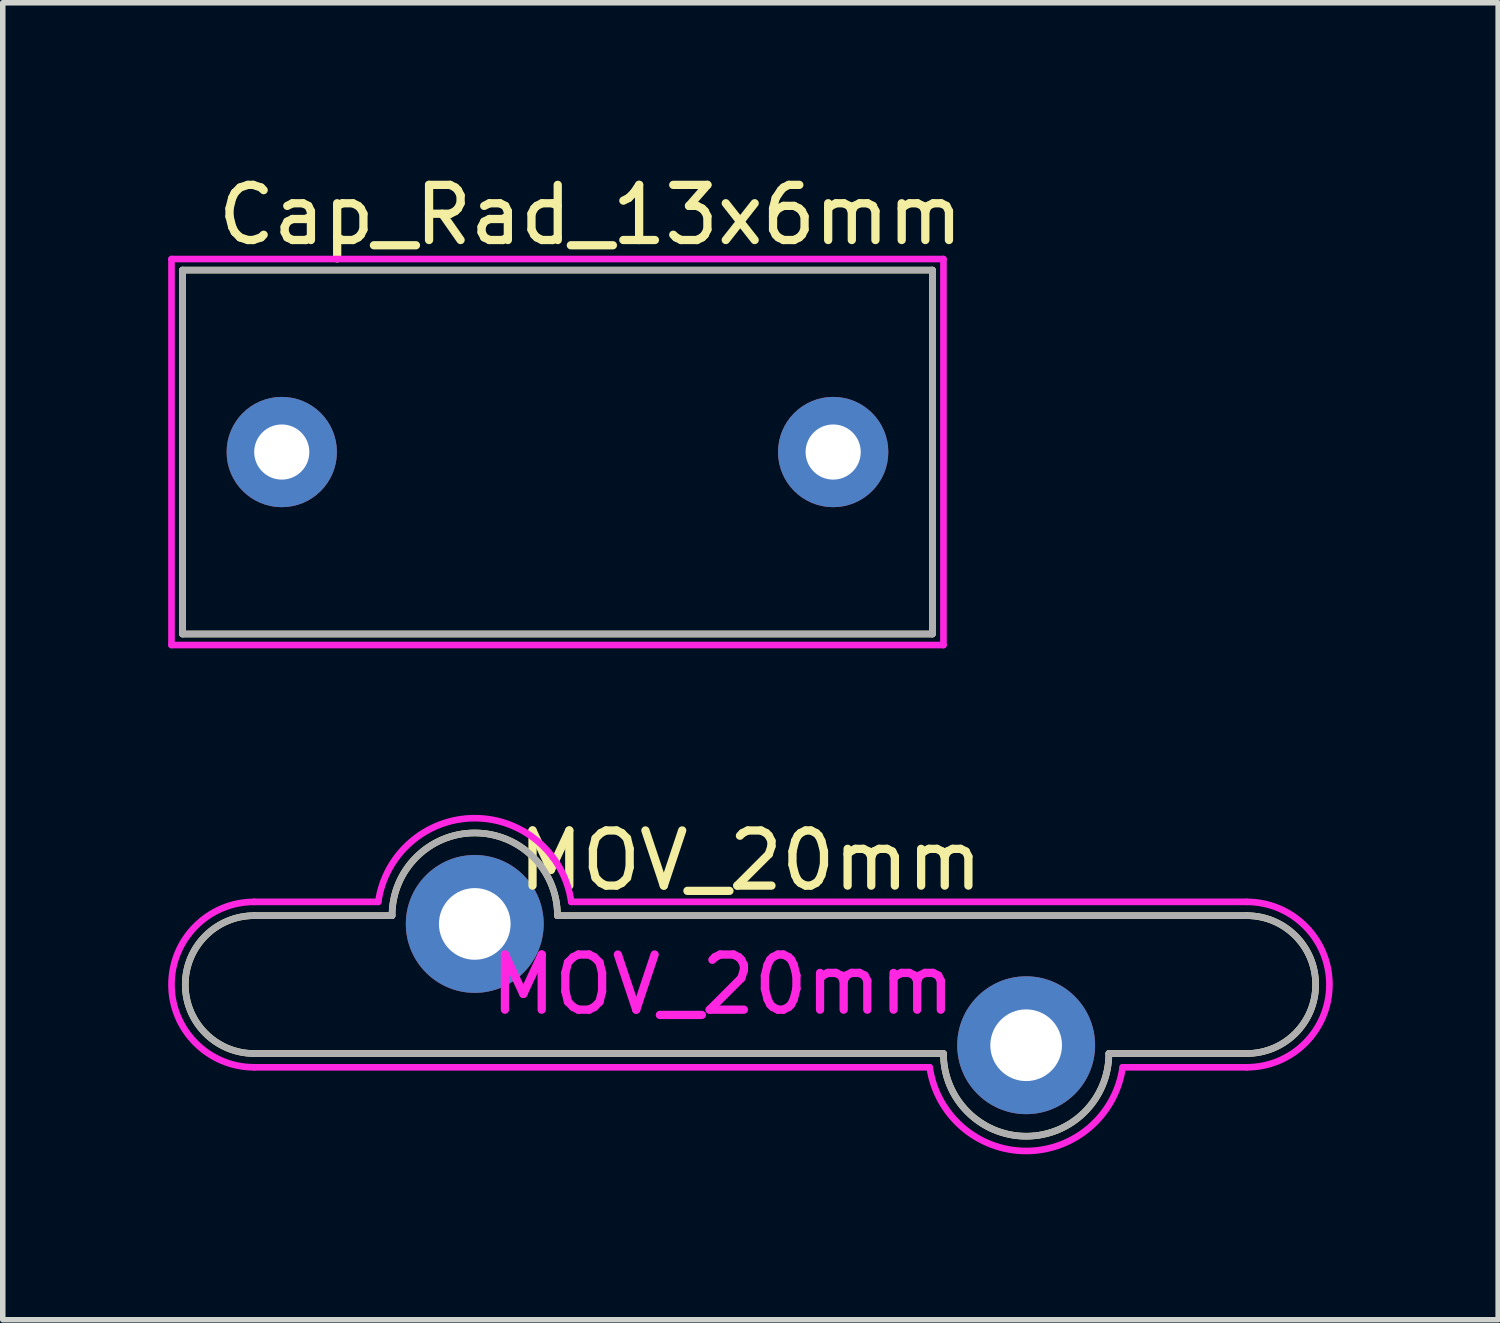
<source format=kicad_pcb>
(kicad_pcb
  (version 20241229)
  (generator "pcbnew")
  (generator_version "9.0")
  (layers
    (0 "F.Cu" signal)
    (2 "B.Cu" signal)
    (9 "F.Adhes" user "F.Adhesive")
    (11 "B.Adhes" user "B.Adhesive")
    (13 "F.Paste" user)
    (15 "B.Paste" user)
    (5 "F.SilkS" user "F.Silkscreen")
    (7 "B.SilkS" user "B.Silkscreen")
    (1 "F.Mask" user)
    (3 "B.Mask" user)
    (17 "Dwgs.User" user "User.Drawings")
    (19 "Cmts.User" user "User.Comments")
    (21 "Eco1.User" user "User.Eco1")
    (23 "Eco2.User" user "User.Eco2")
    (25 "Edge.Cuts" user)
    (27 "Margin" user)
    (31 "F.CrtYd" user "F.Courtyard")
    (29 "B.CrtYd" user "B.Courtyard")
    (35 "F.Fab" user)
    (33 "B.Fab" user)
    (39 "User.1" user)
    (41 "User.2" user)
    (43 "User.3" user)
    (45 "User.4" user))
  (footprint "Cap_Rad_13x6mm"
    (layer "F.Cu")
    (at 7.06 5.148)
    (property "Reference" "Cap_Rad_13x6mm" (at 0.6 -4.3 0) (unlocked yes) (layer "F.SilkS") (effects (font (size 1 1) (thickness 0.15))))
    (attr through_hole)
    (fp_line (start -6.8 -3.3) (end -6.8 3.3) (stroke (width 0.12) (type solid)) (layer "F.SilkS"))
    (fp_line (start -6.8 3.3) (end 6.8 3.3) (stroke (width 0.12) (type solid)) (layer "F.SilkS"))
    (fp_line (start 6.8 -3.3) (end -6.8 -3.3) (stroke (width 0.12) (type solid)) (layer "F.SilkS"))
    (fp_line (start 6.8 3.3) (end 6.8 -3.3) (stroke (width 0.12) (type solid)) (layer "F.SilkS"))
    (fp_line (start -7 -3.5) (end -7 3.5) (stroke (width 0.12) (type solid)) (layer "F.CrtYd"))
    (fp_line (start -7 3.5) (end 7 3.5) (stroke (width 0.12) (type solid)) (layer "F.CrtYd"))
    (fp_line (start 7 -3.5) (end -7 -3.5) (stroke (width 0.12) (type solid)) (layer "F.CrtYd"))
    (fp_line (start 7 3.5) (end 7 -3.5) (stroke (width 0.12) (type solid)) (layer "F.CrtYd"))
    (fp_line (start -6.8 -3.3) (end -6.8 3.3) (stroke (width 0.12) (type solid)) (layer "F.Fab"))
    (fp_line (start -6.8 3.3) (end 6.8 3.3) (stroke (width 0.12) (type solid)) (layer "F.Fab"))
    (fp_line (start 6.8 -3.3) (end -6.8 -3.3) (stroke (width 0.12) (type solid)) (layer "F.Fab"))
    (fp_line (start 6.8 3.3) (end 6.8 -3.3) (stroke (width 0.12) (type solid)) (layer "F.Fab"))
    (pad "1" thru_hole circle (at -5 0) (size 2 2) (drill 1) (layers "*.Cu" "*.Mask"))
    (pad "2" thru_hole circle (at 5 0) (size 2 2) (drill 1) (layers "*.Cu" "*.Mask")))
  (footprint "MOV_20mm"
    (layer "F.Cu")
    (at 10.56 14.806)
    (property "Reference" "MOV_20mm" (at 0 -2.25 0) (unlocked yes) (layer "F.SilkS") (effects (font (size 1 1) (thickness 0.15))))
    (attr through_hole)
    (fp_line (start -6.5 -1.25) (end -9 -1.25) (stroke (width 0.12) (type solid)) (layer "F.SilkS"))
    (fp_line (start 3.5 1.25) (end -9 1.25) (stroke (width 0.12) (type solid)) (layer "F.SilkS"))
    (fp_line (start 9 -1.25) (end -3.5 -1.25) (stroke (width 0.12) (type solid)) (layer "F.SilkS"))
    (fp_line (start 9 1.25) (end 6.5 1.25) (stroke (width 0.12) (type solid)) (layer "F.SilkS"))
    (fp_arc (start -9 1.25) (mid -10.25 0) (end -9 -1.25) (stroke (width 0.12) (type solid)) (layer "F.SilkS"))
    (fp_arc (start -6.5 -1.25) (mid -5 -2.75) (end -3.5 -1.25) (stroke (width 0.12) (type solid)) (layer "F.SilkS"))
    (fp_arc (start 6.5 1.25) (mid 5 2.75) (end 3.5 1.25) (stroke (width 0.12) (type solid)) (layer "F.SilkS"))
    (fp_arc (start 9 -1.25) (mid 10.25 0) (end 9 1.25) (stroke (width 0.12) (type solid)) (layer "F.SilkS"))
    (fp_line (start -9 -1.5) (end -6.75 -1.5) (stroke (width 0.12) (type solid)) (layer "F.CrtYd"))
    (fp_line (start -9 1.5) (end 3.25 1.5) (stroke (width 0.12) (type solid)) (layer "F.CrtYd"))
    (fp_line (start 9 -1.5) (end -3.25 -1.5) (stroke (width 0.12) (type solid)) (layer "F.CrtYd"))
    (fp_line (start 9 1.5) (end 6.75 1.5) (stroke (width 0.12) (type solid)) (layer "F.CrtYd"))
    (fp_arc (start -9 1.5) (mid -10.5 0) (end -9 -1.5) (stroke (width 0.12) (type solid)) (layer "F.CrtYd"))
    (fp_arc (start -6.749999 -1.500001) (mid -4.999999 -3.017766) (end -3.250001 -1.499999) (stroke (width 0.12) (type solid)) (layer "F.CrtYd"))
    (fp_arc (start 6.749999 1.500001) (mid 4.999999 3.017766) (end 3.250001 1.499999) (stroke (width 0.12) (type solid)) (layer "F.CrtYd"))
    (fp_arc (start 9 -1.5) (mid 10.5 0) (end 9 1.5) (stroke (width 0.12) (type solid)) (layer "F.CrtYd"))
    (fp_line (start -6.5 -1.25) (end -9 -1.25) (stroke (width 0.12) (type solid)) (layer "F.Fab"))
    (fp_line (start 3.5 1.25) (end -9 1.25) (stroke (width 0.12) (type solid)) (layer "F.Fab"))
    (fp_line (start 9 -1.25) (end -3.5 -1.25) (stroke (width 0.12) (type solid)) (layer "F.Fab"))
    (fp_line (start 9 1.25) (end 6.5 1.25) (stroke (width 0.12) (type solid)) (layer "F.Fab"))
    (fp_arc (start -9 1.25) (mid -10.25 0) (end -9 -1.25) (stroke (width 0.12) (type solid)) (layer "F.Fab"))
    (fp_arc (start -6.5 -1.25) (mid -5 -2.75) (end -3.5 -1.25) (stroke (width 0.12) (type solid)) (layer "F.Fab"))
    (fp_arc (start 6.5 1.25) (mid 5 2.75) (end 3.5 1.25) (stroke (width 0.12) (type solid)) (layer "F.Fab"))
    (fp_arc (start 9 -1.25) (mid 10.25 0) (end 9 1.25) (stroke (width 0.12) (type solid)) (layer "F.Fab"))
    (fp_text user "${REFERENCE}" (at -0.5 0 0) (unlocked yes) (layer "F.CrtYd") (effects (font (size 1 1) (thickness 0.15))))
    (pad "1" thru_hole circle (at -5 -1.1) (size 2.5 2.5) (drill 1.3) (layers "*.Cu" "*.Mask"))
    (pad "2" thru_hole circle (at 5 1.1) (size 2.5 2.5) (drill 1.3) (layers "*.Cu" "*.Mask")))
  (gr_rect
    (start -3 -3)
    (end 24.12 20.884)
    (stroke (width 0.1) (type default))
    (fill no)
    (layer "Edge.Cuts")))
</source>
